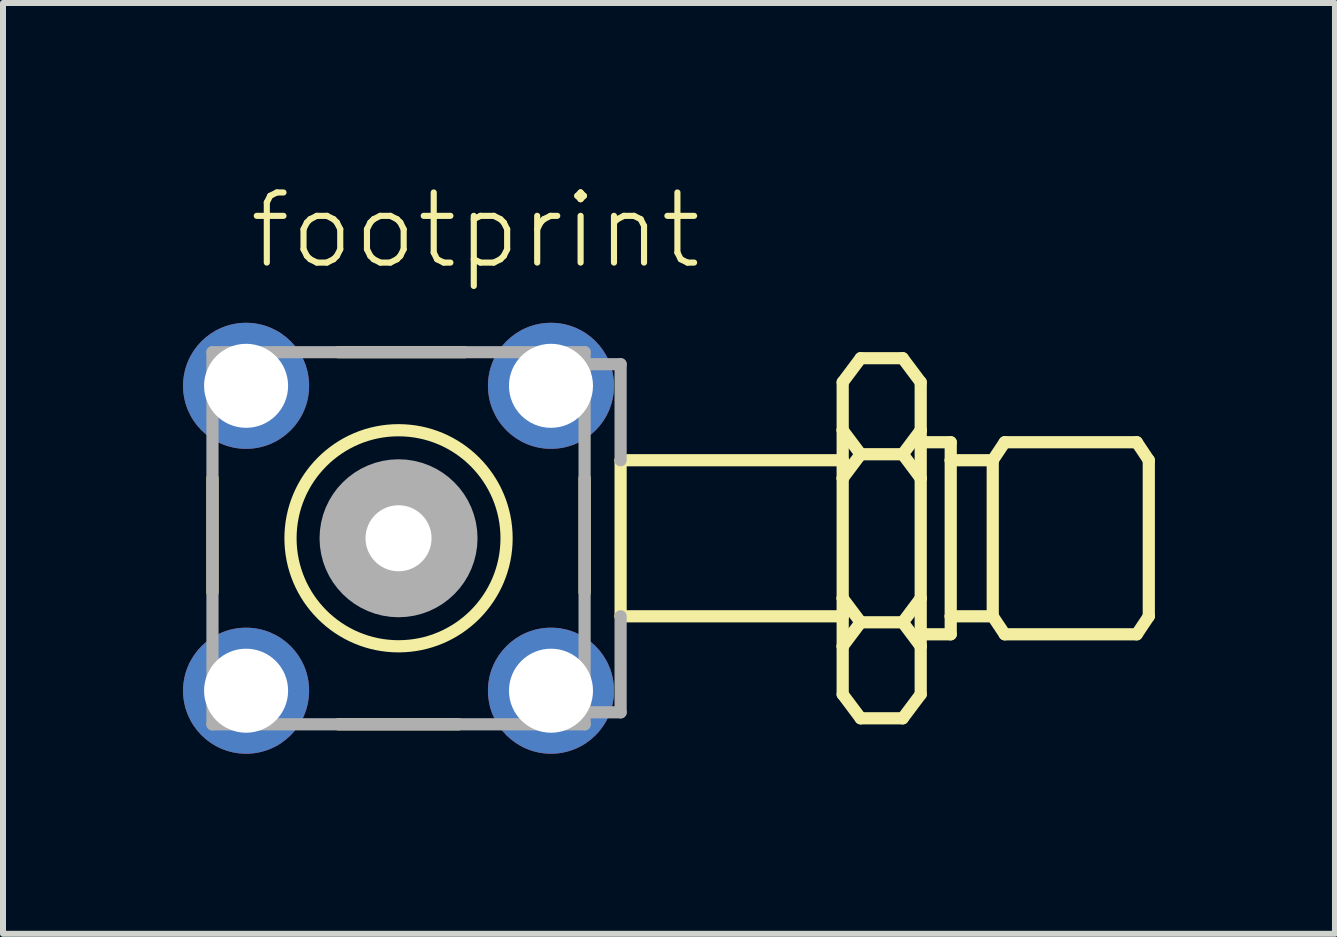
<source format=kicad_pcb>
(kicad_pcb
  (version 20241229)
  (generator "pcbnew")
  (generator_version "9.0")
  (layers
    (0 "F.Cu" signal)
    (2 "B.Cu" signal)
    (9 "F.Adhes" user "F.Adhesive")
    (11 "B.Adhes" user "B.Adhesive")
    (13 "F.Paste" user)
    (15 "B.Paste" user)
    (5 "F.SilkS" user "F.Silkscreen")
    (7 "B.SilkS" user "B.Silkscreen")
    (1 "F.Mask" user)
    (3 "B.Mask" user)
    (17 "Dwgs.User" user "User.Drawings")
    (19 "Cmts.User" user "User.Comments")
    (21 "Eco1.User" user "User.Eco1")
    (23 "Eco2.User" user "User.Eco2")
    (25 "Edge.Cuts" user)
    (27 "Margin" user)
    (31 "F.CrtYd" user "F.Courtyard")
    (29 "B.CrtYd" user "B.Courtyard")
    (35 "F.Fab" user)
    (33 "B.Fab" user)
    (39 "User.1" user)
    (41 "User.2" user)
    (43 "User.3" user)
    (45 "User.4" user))
  (footprint "footprint"
    (layer "F.Cu")
    (at 3.59 5.918)
    (property "Reference" "footprint" (at -2.54 -4.445 0) (layer "F.SilkS") (effects (font (size 1.168 1.168) (thickness 0.102)) (justify left bottom)))
    (fp_line (start -3.1 0.9) (end -3.1 -1) (stroke (width 0.203) (type solid)) (layer "F.SilkS"))
    (fp_line (start -1 -3.1) (end 1.1 -3.1) (stroke (width 0.203) (type solid)) (layer "F.SilkS"))
    (fp_line (start 1 3.1) (end -1 3.1) (stroke (width 0.203) (type solid)) (layer "F.SilkS"))
    (fp_line (start 3.1 -1) (end 3.1 0.9) (stroke (width 0.203) (type solid)) (layer "F.SilkS"))
    (fp_line (start 3.7 -1.3) (end 3.7 1.3) (stroke (width 0.203) (type solid)) (layer "F.SilkS"))
    (fp_line (start 3.7 -1.3) (end 7.4 -1.3) (stroke (width 0.203) (type solid)) (layer "F.SilkS"))
    (fp_line (start 3.7 1.3) (end 7.4 1.3) (stroke (width 0.203) (type solid)) (layer "F.SilkS"))
    (fp_line (start 7.4 -1.8) (end 7.4 -2.6) (stroke (width 0.203) (type solid)) (layer "F.SilkS"))
    (fp_line (start 7.4 -1.8) (end 7.7 -1.4) (stroke (width 0.203) (type solid)) (layer "F.SilkS"))
    (fp_line (start 7.4 -1.3) (end 7.4 -1.8) (stroke (width 0.203) (type solid)) (layer "F.SilkS"))
    (fp_line (start 7.4 -1) (end 7.4 -1.3) (stroke (width 0.203) (type solid)) (layer "F.SilkS"))
    (fp_line (start 7.4 -1) (end 7.7 -1.4) (stroke (width 0.203) (type solid)) (layer "F.SilkS"))
    (fp_line (start 7.4 1) (end 7.4 -1) (stroke (width 0.203) (type solid)) (layer "F.SilkS"))
    (fp_line (start 7.4 1) (end 7.7 1.4) (stroke (width 0.203) (type solid)) (layer "F.SilkS"))
    (fp_line (start 7.4 1.3) (end 7.4 1) (stroke (width 0.203) (type solid)) (layer "F.SilkS"))
    (fp_line (start 7.4 1.8) (end 7.4 1.3) (stroke (width 0.203) (type solid)) (layer "F.SilkS"))
    (fp_line (start 7.4 1.8) (end 7.7 1.4) (stroke (width 0.203) (type solid)) (layer "F.SilkS"))
    (fp_line (start 7.4 2.6) (end 7.4 1.8) (stroke (width 0.203) (type solid)) (layer "F.SilkS"))
    (fp_line (start 7.4 2.6) (end 7.7 3) (stroke (width 0.203) (type solid)) (layer "F.SilkS"))
    (fp_line (start 7.7 -3) (end 7.4 -2.6) (stroke (width 0.203) (type solid)) (layer "F.SilkS"))
    (fp_line (start 7.7 -3) (end 8.4 -3) (stroke (width 0.203) (type solid)) (layer "F.SilkS"))
    (fp_line (start 7.7 -1.4) (end 8.4 -1.4) (stroke (width 0.203) (type solid)) (layer "F.SilkS"))
    (fp_line (start 7.7 1.4) (end 8.4 1.4) (stroke (width 0.203) (type solid)) (layer "F.SilkS"))
    (fp_line (start 7.7 3) (end 8.4 3) (stroke (width 0.203) (type solid)) (layer "F.SilkS"))
    (fp_line (start 8.4 -3) (end 8.7 -2.6) (stroke (width 0.203) (type solid)) (layer "F.SilkS"))
    (fp_line (start 8.4 -1.4) (end 8.7 -1.8) (stroke (width 0.203) (type solid)) (layer "F.SilkS"))
    (fp_line (start 8.4 -1.4) (end 8.7 -1) (stroke (width 0.203) (type solid)) (layer "F.SilkS"))
    (fp_line (start 8.4 1.4) (end 8.7 1) (stroke (width 0.203) (type solid)) (layer "F.SilkS"))
    (fp_line (start 8.4 1.4) (end 8.7 1.8) (stroke (width 0.203) (type solid)) (layer "F.SilkS"))
    (fp_line (start 8.4 3) (end 8.7 2.6) (stroke (width 0.203) (type solid)) (layer "F.SilkS"))
    (fp_line (start 8.7 -2.6) (end 8.7 -1.8) (stroke (width 0.203) (type solid)) (layer "F.SilkS"))
    (fp_line (start 8.7 -1.8) (end 8.7 -1.6) (stroke (width 0.203) (type solid)) (layer "F.SilkS"))
    (fp_line (start 8.7 -1.6) (end 8.7 -1) (stroke (width 0.203) (type solid)) (layer "F.SilkS"))
    (fp_line (start 8.7 -1) (end 8.7 1) (stroke (width 0.203) (type solid)) (layer "F.SilkS"))
    (fp_line (start 8.7 1) (end 8.7 1.6) (stroke (width 0.203) (type solid)) (layer "F.SilkS"))
    (fp_line (start 8.7 1.6) (end 8.7 1.8) (stroke (width 0.203) (type solid)) (layer "F.SilkS"))
    (fp_line (start 8.7 1.8) (end 8.7 2.6) (stroke (width 0.203) (type solid)) (layer "F.SilkS"))
    (fp_line (start 9.2 -1.6) (end 8.7 -1.6) (stroke (width 0.203) (type solid)) (layer "F.SilkS"))
    (fp_line (start 9.2 -1.6) (end 9.2 -1.3) (stroke (width 0.203) (type solid)) (layer "F.SilkS"))
    (fp_line (start 9.2 -1.3) (end 9.2 1.3) (stroke (width 0.203) (type solid)) (layer "F.SilkS"))
    (fp_line (start 9.2 -1.3) (end 9.9 -1.3) (stroke (width 0.203) (type solid)) (layer "F.SilkS"))
    (fp_line (start 9.2 1.3) (end 9.2 1.6) (stroke (width 0.203) (type solid)) (layer "F.SilkS"))
    (fp_line (start 9.2 1.3) (end 9.9 1.3) (stroke (width 0.203) (type solid)) (layer "F.SilkS"))
    (fp_line (start 9.2 1.6) (end 8.7 1.6) (stroke (width 0.203) (type solid)) (layer "F.SilkS"))
    (fp_line (start 9.9 -1.3) (end 9.9 1.3) (stroke (width 0.203) (type solid)) (layer "F.SilkS"))
    (fp_line (start 9.9 1.3) (end 10.1 1.6) (stroke (width 0.203) (type solid)) (layer "F.SilkS"))
    (fp_line (start 10.1 -1.6) (end 9.9 -1.3) (stroke (width 0.203) (type solid)) (layer "F.SilkS"))
    (fp_line (start 10.1 1.6) (end 12.3 1.6) (stroke (width 0.203) (type solid)) (layer "F.SilkS"))
    (fp_line (start 12.3 -1.6) (end 10.1 -1.6) (stroke (width 0.203) (type solid)) (layer "F.SilkS"))
    (fp_line (start 12.3 -1.6) (end 12.5 -1.3) (stroke (width 0.203) (type solid)) (layer "F.SilkS"))
    (fp_line (start 12.5 -1.3) (end 12.5 1.3) (stroke (width 0.203) (type solid)) (layer "F.SilkS"))
    (fp_line (start 12.5 1.3) (end 12.3 1.6) (stroke (width 0.203) (type solid)) (layer "F.SilkS"))
    (fp_circle (center 0 0) (end 1.8 0) (stroke (width 0.203) (type solid)) (fill no) (layer "F.SilkS"))
    (fp_line (start -3.1 -3.1) (end -3.1 3.1) (stroke (width 0.203) (type solid)) (layer "F.Fab"))
    (fp_line (start -3.1 3.1) (end 3.1 3.1) (stroke (width 0.203) (type solid)) (layer "F.Fab"))
    (fp_line (start 3.1 -3.1) (end -3.1 -3.1) (stroke (width 0.203) (type solid)) (layer "F.Fab"))
    (fp_line (start 3.1 3.1) (end 3.1 -3.1) (stroke (width 0.203) (type solid)) (layer "F.Fab"))
    (fp_line (start 3.2 -2.9) (end 3.7 -2.9) (stroke (width 0.203) (type solid)) (layer "F.Fab"))
    (fp_line (start 3.7 -2.9) (end 3.7 -1.3) (stroke (width 0.203) (type solid)) (layer "F.Fab"))
    (fp_line (start 3.7 1.3) (end 3.7 2.9) (stroke (width 0.203) (type solid)) (layer "F.Fab"))
    (fp_line (start 3.7 2.9) (end 3.2 2.9) (stroke (width 0.203) (type solid)) (layer "F.Fab"))
    (fp_circle (center 0 0) (end 0.3 0) (stroke (width 1.016) (type solid)) (fill no) (layer "F.Fab"))
    (pad "1" thru_hole circle (at 0 0) (size 1.65 1.65) (drill 1.1) (layers "*.Cu" "*.Mask"))
    (pad "2" thru_hole circle (at -2.54 -2.54) (size 2.1 2.1) (drill 1.4) (layers "*.Cu" "*.Mask"))
    (pad "3" thru_hole circle (at 2.54 -2.54) (size 2.1 2.1) (drill 1.4) (layers "*.Cu" "*.Mask"))
    (pad "4" thru_hole circle (at 2.54 2.54) (size 2.1 2.1) (drill 1.4) (layers "*.Cu" "*.Mask"))
    (pad "5" thru_hole circle (at -2.54 2.54) (size 2.1 2.1) (drill 1.4) (layers "*.Cu" "*.Mask")))
  (gr_rect
    (start -3 -3)
    (end 19.192 12.508)
    (stroke (width 0.1) (type default))
    (fill no)
    (layer "Edge.Cuts")))
</source>
